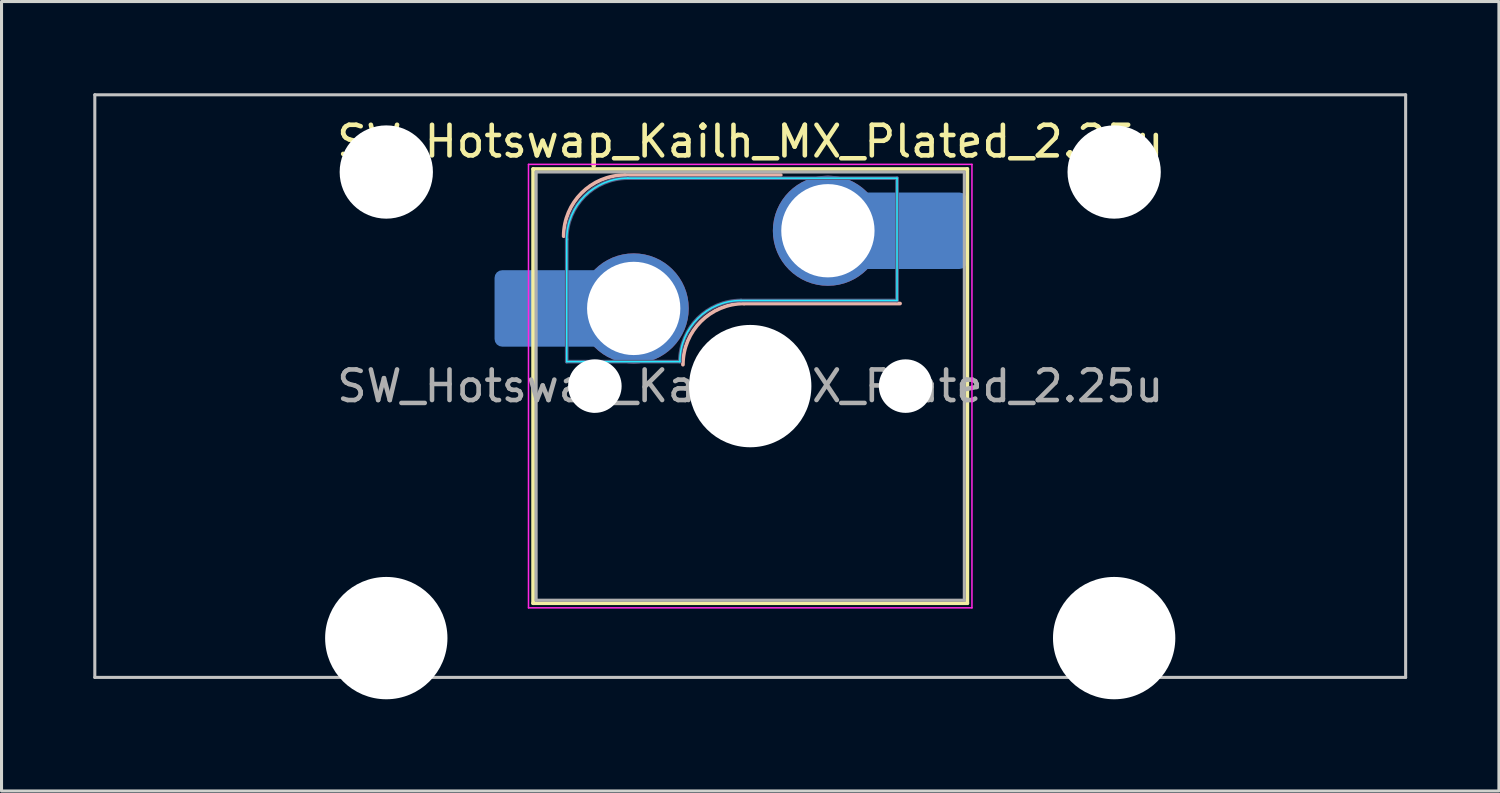
<source format=kicad_pcb>
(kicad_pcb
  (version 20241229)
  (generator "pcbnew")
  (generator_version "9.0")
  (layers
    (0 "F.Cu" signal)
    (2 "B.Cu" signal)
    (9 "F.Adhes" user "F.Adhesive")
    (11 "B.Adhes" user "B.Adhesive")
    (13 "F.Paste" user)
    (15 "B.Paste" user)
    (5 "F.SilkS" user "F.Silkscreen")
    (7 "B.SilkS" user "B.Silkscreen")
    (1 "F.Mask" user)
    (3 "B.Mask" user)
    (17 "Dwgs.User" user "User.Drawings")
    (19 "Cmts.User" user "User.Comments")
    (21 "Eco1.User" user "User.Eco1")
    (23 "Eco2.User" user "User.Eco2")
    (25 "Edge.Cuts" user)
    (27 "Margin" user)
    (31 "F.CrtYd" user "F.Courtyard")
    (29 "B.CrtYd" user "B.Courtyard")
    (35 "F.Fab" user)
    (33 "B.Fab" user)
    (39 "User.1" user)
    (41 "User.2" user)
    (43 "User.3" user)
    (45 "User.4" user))
  (footprint "SW_Hotswap_Kailh_MX_Plated_2.25u"
    (layer "F.Cu")
    (at 24.021 4.495)
    (property "Reference" "SW_Hotswap_Kailh_MX_Plated_2.25u" (at -2.54 -2.92 0) (layer "F.SilkS") (effects (font (size 1 1) (thickness 0.15))))
    (attr smd)
    (fp_line (start -9.64 -2.02) (end -9.64 12.18) (stroke (width 0.12) (type solid)) (layer "F.SilkS"))
    (fp_line (start -9.64 12.18) (end 4.56 12.18) (stroke (width 0.12) (type solid)) (layer "F.SilkS"))
    (fp_line (start 4.56 -2.02) (end -9.64 -2.02) (stroke (width 0.12) (type solid)) (layer "F.SilkS"))
    (fp_line (start 4.56 12.18) (end 4.56 -2.02) (stroke (width 0.12) (type solid)) (layer "F.SilkS"))
    (fp_line (start -6.64 -1.82) (end -1.54 -1.82) (stroke (width 0.12) (type solid)) (layer "B.SilkS"))
    (fp_line (start -2.74 2.38) (end 2.36 2.38) (stroke (width 0.12) (type solid)) (layer "B.SilkS"))
    (fp_arc (start -8.64 0.18) (mid -8.054214 -1.234214) (end -6.64 -1.82) (stroke (width 0.12) (type solid)) (layer "B.SilkS"))
    (fp_arc (start -4.74 4.38) (mid -4.154214 2.965786) (end -2.74 2.38) (stroke (width 0.12) (type solid)) (layer "B.SilkS"))
    (fp_line (start -23.971 -4.445) (end -23.971 14.605) (stroke (width 0.1) (type solid)) (layer "Dwgs.User"))
    (fp_line (start -23.971 14.605) (end 18.891 14.605) (stroke (width 0.1) (type solid)) (layer "Dwgs.User"))
    (fp_line (start 18.891 -4.445) (end -23.971 -4.445) (stroke (width 0.1) (type solid)) (layer "Dwgs.User"))
    (fp_line (start 18.891 14.605) (end 18.891 -4.445) (stroke (width 0.1) (type solid)) (layer "Dwgs.User"))
    (fp_line (start -10.34 -0.92) (end -9.54 -0.92) (stroke (width 0.1) (type solid)) (layer "Eco1.User"))
    (fp_line (start -10.34 2.18) (end -10.34 -0.92) (stroke (width 0.1) (type solid)) (layer "Eco1.User"))
    (fp_line (start -10.34 7.98) (end -9.54 7.98) (stroke (width 0.1) (type solid)) (layer "Eco1.User"))
    (fp_line (start -10.34 11.08) (end -10.34 7.98) (stroke (width 0.1) (type solid)) (layer "Eco1.User"))
    (fp_line (start -9.54 -1.92) (end 4.46 -1.92) (stroke (width 0.1) (type solid)) (layer "Eco1.User"))
    (fp_line (start -9.54 -0.92) (end -9.54 -1.92) (stroke (width 0.1) (type solid)) (layer "Eco1.User"))
    (fp_line (start -9.54 2.18) (end -10.34 2.18) (stroke (width 0.1) (type solid)) (layer "Eco1.User"))
    (fp_line (start -9.54 7.98) (end -9.54 2.18) (stroke (width 0.1) (type solid)) (layer "Eco1.User"))
    (fp_line (start -9.54 11.08) (end -10.34 11.08) (stroke (width 0.1) (type solid)) (layer "Eco1.User"))
    (fp_line (start -9.54 12.08) (end -9.54 11.08) (stroke (width 0.1) (type solid)) (layer "Eco1.User"))
    (fp_line (start 4.46 -1.92) (end 4.46 -0.92) (stroke (width 0.1) (type solid)) (layer "Eco1.User"))
    (fp_line (start 4.46 -0.92) (end 5.26 -0.92) (stroke (width 0.1) (type solid)) (layer "Eco1.User"))
    (fp_line (start 4.46 2.18) (end 4.46 7.98) (stroke (width 0.1) (type solid)) (layer "Eco1.User"))
    (fp_line (start 4.46 7.98) (end 5.26 7.98) (stroke (width 0.1) (type solid)) (layer "Eco1.User"))
    (fp_line (start 4.46 11.08) (end 4.46 12.08) (stroke (width 0.1) (type solid)) (layer "Eco1.User"))
    (fp_line (start 4.46 12.08) (end -9.54 12.08) (stroke (width 0.1) (type solid)) (layer "Eco1.User"))
    (fp_line (start 5.26 -0.92) (end 5.26 2.18) (stroke (width 0.1) (type solid)) (layer "Eco1.User"))
    (fp_line (start 5.26 2.18) (end 4.46 2.18) (stroke (width 0.1) (type solid)) (layer "Eco1.User"))
    (fp_line (start 5.26 7.98) (end 5.26 11.08) (stroke (width 0.1) (type solid)) (layer "Eco1.User"))
    (fp_line (start 5.26 11.08) (end 4.46 11.08) (stroke (width 0.1) (type solid)) (layer "Eco1.User"))
    (fp_line (start -8.54 4.28) (end -8.54 0.28) (stroke (width 0.05) (type solid)) (layer "B.CrtYd"))
    (fp_line (start -8.54 4.28) (end -4.84 4.28) (stroke (width 0.05) (type solid)) (layer "B.CrtYd"))
    (fp_line (start -6.54 -1.72) (end 2.26 -1.72) (stroke (width 0.05) (type solid)) (layer "B.CrtYd"))
    (fp_line (start -2.84 2.28) (end 2.26 2.28) (stroke (width 0.05) (type solid)) (layer "B.CrtYd"))
    (fp_line (start 2.26 -1.72) (end 2.26 2.28) (stroke (width 0.05) (type solid)) (layer "B.CrtYd"))
    (fp_arc (start -8.54 0.28) (mid -7.954214 -1.134214) (end -6.54 -1.72) (stroke (width 0.05) (type solid)) (layer "B.CrtYd"))
    (fp_arc (start -4.84 4.28) (mid -4.254214 2.865786) (end -2.84 2.28) (stroke (width 0.05) (type solid)) (layer "B.CrtYd"))
    (fp_line (start -9.79 -2.17) (end -9.79 12.33) (stroke (width 0.05) (type solid)) (layer "F.CrtYd"))
    (fp_line (start -9.79 12.33) (end 4.71 12.33) (stroke (width 0.05) (type solid)) (layer "F.CrtYd"))
    (fp_line (start 4.71 -2.17) (end -9.79 -2.17) (stroke (width 0.05) (type solid)) (layer "F.CrtYd"))
    (fp_line (start 4.71 12.33) (end 4.71 -2.17) (stroke (width 0.05) (type solid)) (layer "F.CrtYd"))
    (fp_line (start -8.54 4.28) (end -8.54 0.28) (stroke (width 0.12) (type solid)) (layer "B.Fab"))
    (fp_line (start -8.54 4.28) (end -4.84 4.28) (stroke (width 0.12) (type solid)) (layer "B.Fab"))
    (fp_line (start -6.54 -1.72) (end 2.26 -1.72) (stroke (width 0.12) (type solid)) (layer "B.Fab"))
    (fp_line (start -2.84 2.28) (end 2.26 2.28) (stroke (width 0.12) (type solid)) (layer "B.Fab"))
    (fp_line (start 2.26 -1.72) (end 2.26 2.28) (stroke (width 0.12) (type solid)) (layer "B.Fab"))
    (fp_arc (start -8.54 0.28) (mid -7.954214 -1.134214) (end -6.54 -1.72) (stroke (width 0.12) (type solid)) (layer "B.Fab"))
    (fp_arc (start -4.84 4.28) (mid -4.254214 2.865786) (end -2.84 2.28) (stroke (width 0.12) (type solid)) (layer "B.Fab"))
    (fp_line (start -9.54 -1.92) (end -9.54 12.08) (stroke (width 0.1) (type solid)) (layer "F.Fab"))
    (fp_line (start -9.54 12.08) (end 4.46 12.08) (stroke (width 0.1) (type solid)) (layer "F.Fab"))
    (fp_line (start 4.46 -1.92) (end -9.54 -1.92) (stroke (width 0.1) (type solid)) (layer "F.Fab"))
    (fp_line (start 4.46 12.08) (end 4.46 -1.92) (stroke (width 0.1) (type solid)) (layer "F.Fab"))
    (fp_text user "${REFERENCE}" (at -2.54 5.08 0) (layer "F.Fab") (effects (font (size 1 1) (thickness 0.15))))
    (pad "" np_thru_hole circle (at -14.44 -1.92) (size 3.05 3.05) (drill 3.05) (layers "*.Cu" "*.Mask"))
    (pad "" np_thru_hole circle (at -14.44 13.32) (size 4 4) (drill 4) (layers "*.Cu" "*.Mask"))
    (pad "" smd roundrect (at -9.625 2.54) (size 2.55 2.5) (layers "B.Mask" "B.Paste") (roundrect_rratio 0.1))
    (pad "" np_thru_hole circle (at -7.62 5.08) (size 1.75 1.75) (drill 1.75) (layers "*.Cu" "*.Mask"))
    (pad "" np_thru_hole circle (at -2.54 5.08) (size 4 4) (drill 4) (layers "*.Cu" "*.Mask"))
    (pad "" np_thru_hole circle (at 2.54 5.08) (size 1.75 1.75) (drill 1.75) (layers "*.Cu" "*.Mask"))
    (pad "" smd roundrect (at 3.302 0) (size 2.55 2.5) (layers "B.Mask" "B.Paste") (roundrect_rratio 0.1))
    (pad "" np_thru_hole circle (at 9.36 -1.92) (size 3.05 3.05) (drill 3.05) (layers "*.Cu" "*.Mask"))
    (pad "" np_thru_hole circle (at 9.36 13.32) (size 4 4) (drill 4) (layers "*.Cu" "*.Mask"))
    (pad "1" thru_hole circle (at 0 0) (size 3.6 3.6) (drill 3.05) (layers "*.Cu" "*.Mask"))
    (pad "1" smd roundrect (at 2.78 0) (size 3.55 2.5) (layers "B.Cu") (roundrect_rratio 0.1))
    (pad "2" smd roundrect (at -9.125 2.54) (size 3.55 2.5) (layers "B.Cu") (roundrect_rratio 0.1))
    (pad "2" thru_hole circle (at -6.35 2.54) (size 3.6 3.6) (drill 3.05) (layers "*.Cu" "*.Mask")))
  (gr_rect
    (start -3 -3)
    (end 45.962 22.815)
    (stroke (width 0.1) (type default))
    (fill no)
    (layer "Edge.Cuts")))
</source>
